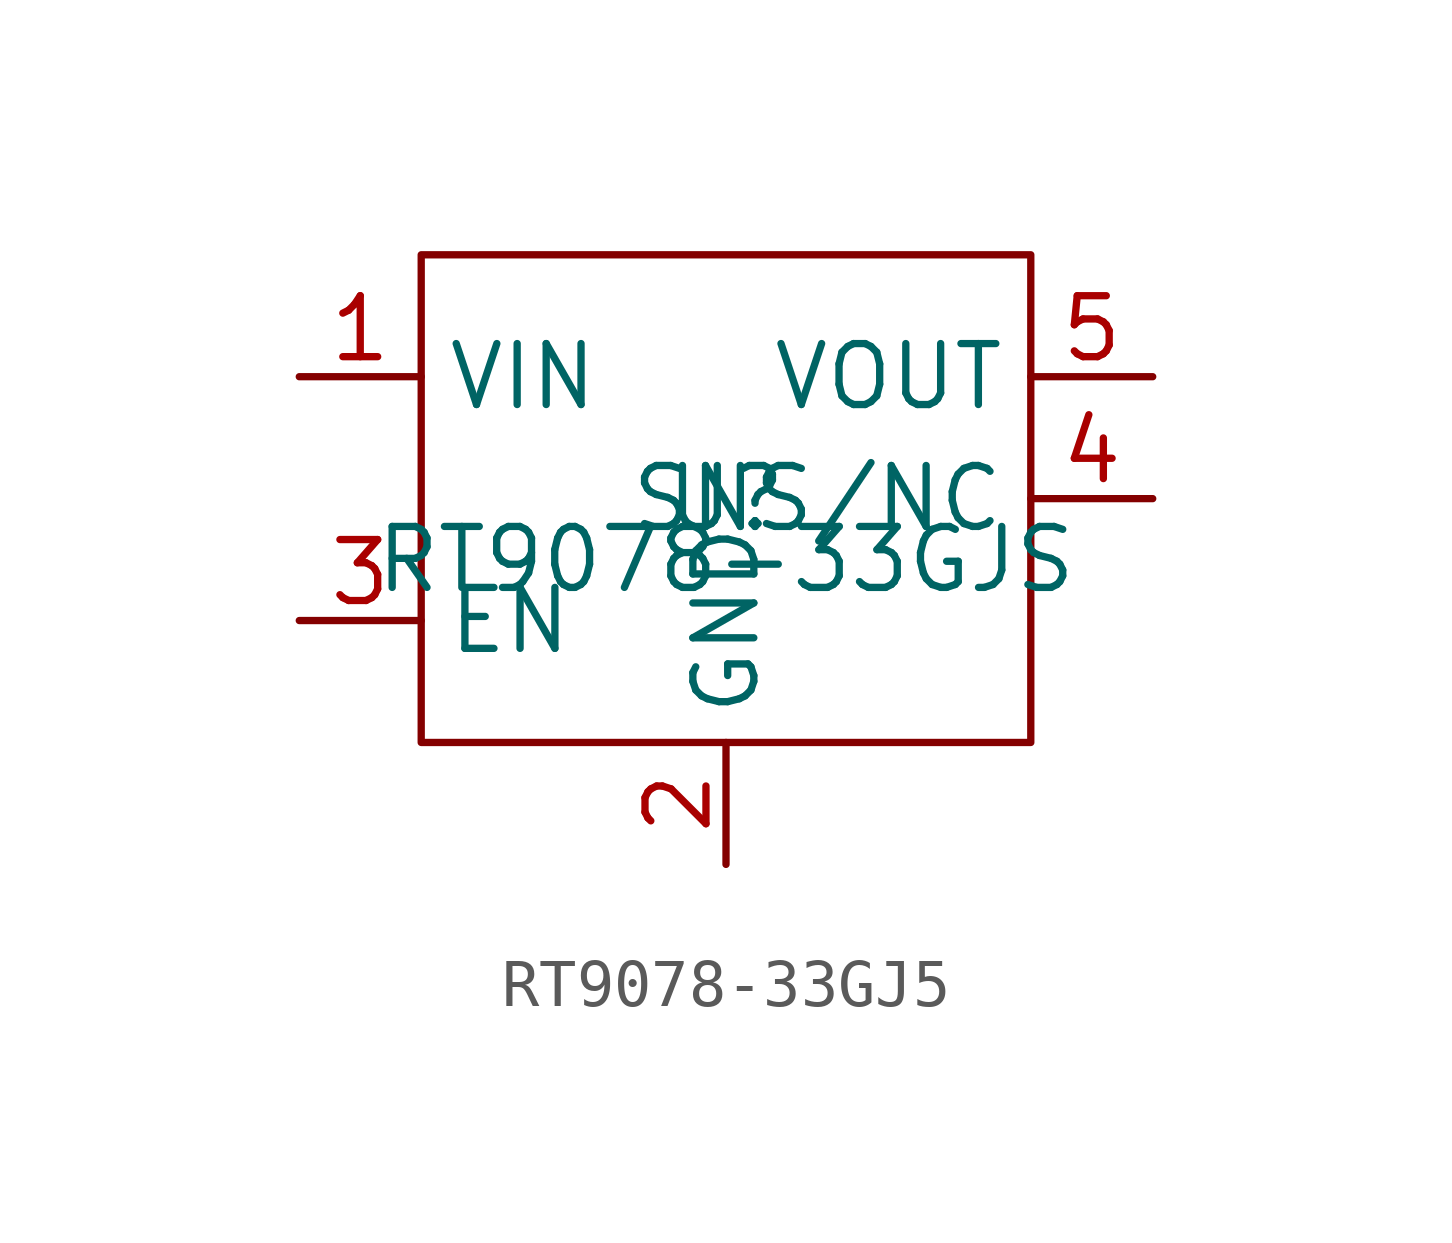
<source format=kicad_sym>
(kicad_symbol_lib
  (version 20231120)
  (generator "kicad_symbol_editor")
  (generator_version "8.0")
  (symbol "RT9078-33GJ5"
    (property "Reference" "U"
      (at 0 0 0)
      (effects (font (size 1.27 1.27))))
    (property "Value" "RT9078-33GJS"
      (at 0 -1.27 0)
      (effects (font (size 1.27 1.27))))
    (symbol "RT9078-33GJ5_0_1"
      (rectangle (start -6.35 5.08) (end 6.35 -5.08) (stroke (width 0) (type default)) (fill (type none))))
    (symbol "RT9078-33GJ5_1_1"
      (pin input line (at -8.89 2.54 0) (length 2.54) (name "VIN" (effects (font (size 1.27 1.27)))) (number "1" (effects (font (size 1.27 1.27)))))
      (pin output line (at 0 -7.62 90) (length 2.54) (name "GND" (effects (font (size 1.27 1.27)))) (number "2" (effects (font (size 1.27 1.27)))))
      (pin input line (at -8.89 -2.54 0) (length 2.54) (name "EN" (effects (font (size 1.27 1.27)))) (number "3" (effects (font (size 1.27 1.27)))))
      (pin input line (at 8.89 0 180) (length 2.54) (name "SNS/NC" (effects (font (size 1.27 1.27)))) (number "4" (effects (font (size 1.27 1.27)))))
      (pin output line (at 8.89 2.54 180) (length 2.54) (name "VOUT" (effects (font (size 1.27 1.27)))) (number "5" (effects (font (size 1.27 1.27))))))))
</source>
